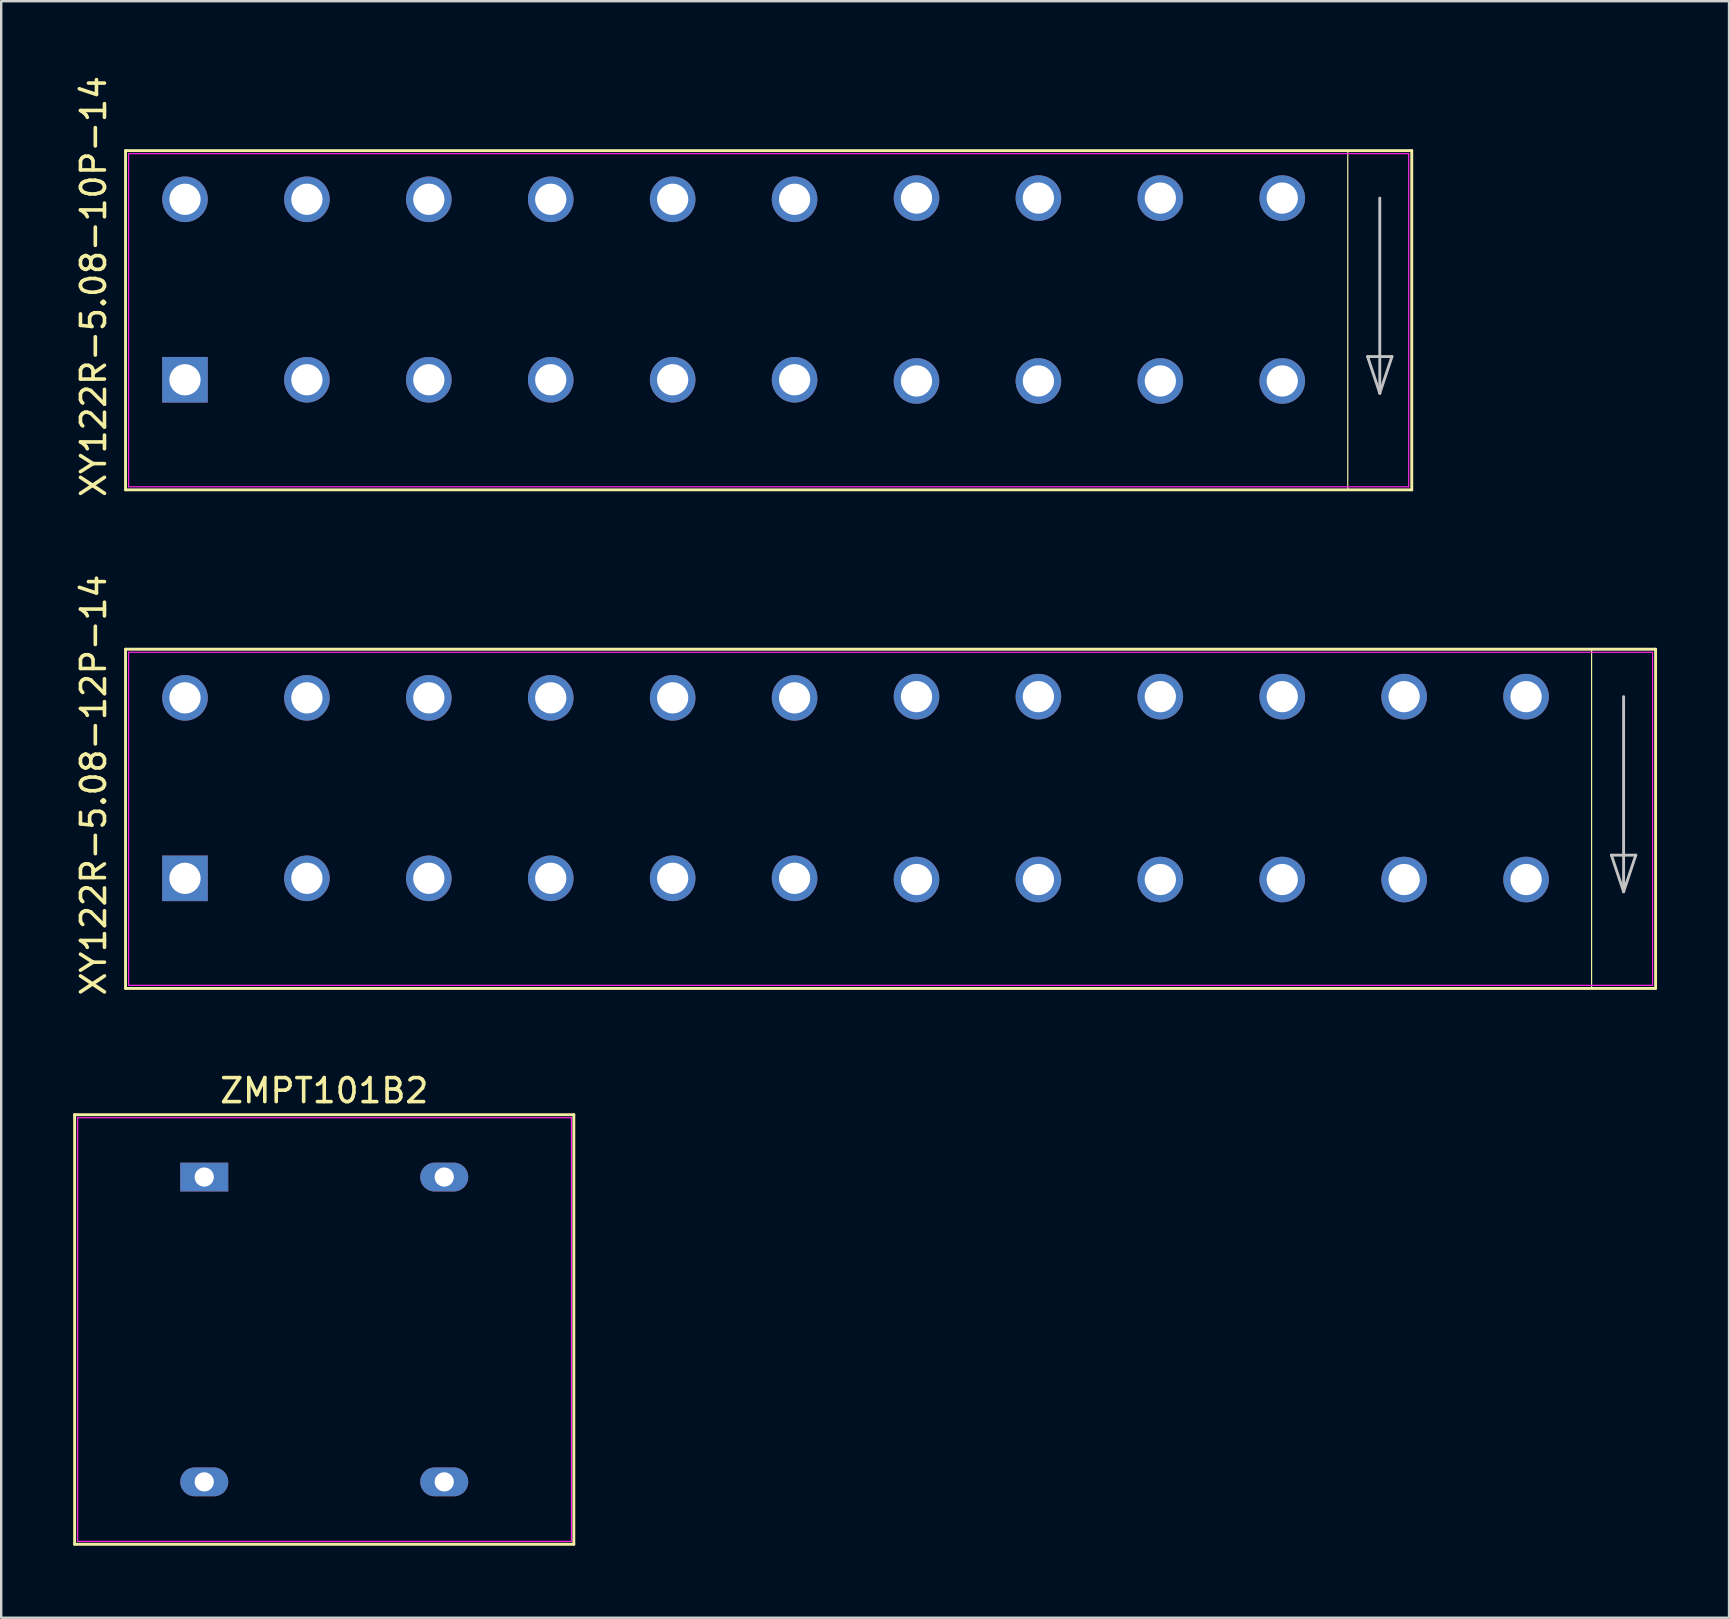
<source format=kicad_pcb>
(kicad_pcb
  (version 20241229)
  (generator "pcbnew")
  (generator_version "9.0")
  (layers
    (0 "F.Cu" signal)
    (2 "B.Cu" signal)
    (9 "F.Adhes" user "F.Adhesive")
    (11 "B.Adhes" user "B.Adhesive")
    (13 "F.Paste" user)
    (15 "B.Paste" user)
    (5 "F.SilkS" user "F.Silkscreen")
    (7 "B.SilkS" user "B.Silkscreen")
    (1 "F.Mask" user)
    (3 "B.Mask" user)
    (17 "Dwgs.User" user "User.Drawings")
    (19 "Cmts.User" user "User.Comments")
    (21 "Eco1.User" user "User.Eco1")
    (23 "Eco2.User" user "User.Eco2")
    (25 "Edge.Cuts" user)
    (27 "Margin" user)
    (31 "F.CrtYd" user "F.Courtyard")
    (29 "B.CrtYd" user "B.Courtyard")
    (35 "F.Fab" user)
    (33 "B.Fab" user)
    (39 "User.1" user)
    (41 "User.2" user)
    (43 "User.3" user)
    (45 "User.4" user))
  (footprint "XY122R-5.08-10P-14"
    (layer "F.Cu")
    (at 4.658 12.824)
    (property "Reference" "XY122R-5.08-10P-14" (at -3.81 -3.937 90) (layer "F.SilkS") (effects (font (size 1 1) (thickness 0.15))))
    (attr through_hole)
    (fp_line (start -2.477 -9.597) (end 51.117 -9.597) (stroke (width 0.12) (type solid)) (layer "F.SilkS"))
    (fp_line (start -2.477 4.537) (end -2.477 -9.597) (stroke (width 0.12) (type solid)) (layer "F.SilkS"))
    (fp_line (start 48.45 -9.597) (end 48.45 4.5) (stroke (width 0.05) (type solid)) (layer "F.SilkS"))
    (fp_line (start 51.117 -9.597) (end 51.117 4.537) (stroke (width 0.12) (type solid)) (layer "F.SilkS"))
    (fp_line (start 51.117 4.537) (end -2.477 4.537) (stroke (width 0.12) (type solid)) (layer "F.SilkS"))
    (fp_line (start 49.276 -1.016) (end 50.292 -1.016) (stroke (width 0.12) (type solid)) (layer "Dwgs.User"))
    (fp_line (start 49.784 -7.62) (end 49.784 0.508) (stroke (width 0.12) (type solid)) (layer "Dwgs.User"))
    (fp_line (start 49.784 0.508) (end 49.276 -1.016) (stroke (width 0.12) (type solid)) (layer "Dwgs.User"))
    (fp_line (start 50.292 -1.016) (end 49.784 0.508) (stroke (width 0.12) (type solid)) (layer "Dwgs.User"))
    (fp_line (start -2.35 -9.47) (end -2.35 4.41) (stroke (width 0.05) (type solid)) (layer "F.CrtYd"))
    (fp_line (start -2.35 -9.47) (end 50.99 -9.47) (stroke (width 0.05) (type solid)) (layer "F.CrtYd"))
    (fp_line (start -2.35 4.41) (end 50.99 4.41) (stroke (width 0.05) (type solid)) (layer "F.CrtYd"))
    (fp_line (start 50.99 -9.47) (end 50.99 4.41) (stroke (width 0.05) (type solid)) (layer "F.CrtYd"))
    (pad "1" thru_hole circle (at 0 -7.57) (size 1.9 1.9) (drill 1.3) (layers "*.Cu" "*.Mask"))
    (pad "1" thru_hole rect (at 0 -0.05) (size 1.9 1.9) (drill 1.3) (layers "*.Cu" "*.Mask"))
    (pad "2" thru_hole circle (at 5.08 -7.57) (size 1.9 1.9) (drill 1.3) (layers "*.Cu" "*.Mask"))
    (pad "2" thru_hole circle (at 5.08 -0.05) (size 1.9 1.9) (drill 1.3) (layers "*.Cu" "*.Mask"))
    (pad "3" thru_hole circle (at 10.16 -7.57) (size 1.9 1.9) (drill 1.3) (layers "*.Cu" "*.Mask"))
    (pad "3" thru_hole circle (at 10.16 -0.05) (size 1.9 1.9) (drill 1.3) (layers "*.Cu" "*.Mask"))
    (pad "4" thru_hole circle (at 15.24 -7.57) (size 1.9 1.9) (drill 1.3) (layers "*.Cu" "*.Mask"))
    (pad "4" thru_hole circle (at 15.24 -0.05) (size 1.9 1.9) (drill 1.3) (layers "*.Cu" "*.Mask"))
    (pad "5" thru_hole circle (at 20.32 -7.57) (size 1.9 1.9) (drill 1.3) (layers "*.Cu" "*.Mask"))
    (pad "5" thru_hole circle (at 20.32 -0.05) (size 1.9 1.9) (drill 1.3) (layers "*.Cu" "*.Mask"))
    (pad "6" thru_hole circle (at 25.4 -7.57) (size 1.9 1.9) (drill 1.3) (layers "*.Cu" "*.Mask"))
    (pad "6" thru_hole circle (at 25.4 -0.05) (size 1.9 1.9) (drill 1.3) (layers "*.Cu" "*.Mask"))
    (pad "7" thru_hole circle (at 30.48 -7.62) (size 1.9 1.9) (drill 1.3) (layers "*.Cu" "*.Mask"))
    (pad "7" thru_hole circle (at 30.48 0) (size 1.9 1.9) (drill 1.3) (layers "*.Cu" "*.Mask"))
    (pad "8" thru_hole circle (at 35.56 -7.62) (size 1.9 1.9) (drill 1.3) (layers "*.Cu" "*.Mask"))
    (pad "8" thru_hole circle (at 35.56 0) (size 1.9 1.9) (drill 1.3) (layers "*.Cu" "*.Mask"))
    (pad "9" thru_hole circle (at 40.64 -7.62) (size 1.9 1.9) (drill 1.3) (layers "*.Cu" "*.Mask"))
    (pad "9" thru_hole circle (at 40.64 0) (size 1.9 1.9) (drill 1.3) (layers "*.Cu" "*.Mask"))
    (pad "10" thru_hole circle (at 45.72 -7.62) (size 1.9 1.9) (drill 1.3) (layers "*.Cu" "*.Mask"))
    (pad "10" thru_hole circle (at 45.72 0) (size 1.9 1.9) (drill 1.3) (layers "*.Cu" "*.Mask")))
  (footprint "ZMPT101B2"
    (layer "F.Cu")
    (at 5.46 45.996)
    (property "Reference" "ZMPT101B2" (at 5 -3.6 0) (layer "F.SilkS") (effects (font (size 1 1) (thickness 0.15))))
    (attr through_hole)
    (fp_line (start -5.4 -2.6) (end -5.4 15.3) (stroke (width 0.12) (type solid)) (layer "F.SilkS"))
    (fp_line (start -5.4 15.3) (end 15.4 15.3) (stroke (width 0.12) (type solid)) (layer "F.SilkS"))
    (fp_line (start 15.4 -2.6) (end -5.4 -2.6) (stroke (width 0.12) (type solid)) (layer "F.SilkS"))
    (fp_line (start 15.4 15.3) (end 15.4 -2.6) (stroke (width 0.12) (type solid)) (layer "F.SilkS"))
    (fp_line (start -5.273 -2.473) (end 15.301 -2.473) (stroke (width 0.05) (type solid)) (layer "F.CrtYd"))
    (fp_line (start -5.273 15.18) (end -5.273 -2.473) (stroke (width 0.05) (type solid)) (layer "F.CrtYd"))
    (fp_line (start 15.301 -2.473) (end 15.301 15.18) (stroke (width 0.05) (type solid)) (layer "F.CrtYd"))
    (fp_line (start 15.301 15.18) (end -5.273 15.18) (stroke (width 0.05) (type solid)) (layer "F.CrtYd"))
    (pad "1" thru_hole rect (at 0 0 270) (size 1.2 2) (drill 0.8) (layers "*.Cu" "*.Mask"))
    (pad "2" thru_hole oval (at 0 12.7 270) (size 1.2 2) (drill 0.8) (layers "*.Cu" "*.Mask"))
    (pad "3" thru_hole oval (at 10 12.7 270) (size 1.2 2) (drill 0.8) (layers "*.Cu" "*.Mask"))
    (pad "4" thru_hole oval (at 10 0 270) (size 1.2 2) (drill 0.8) (layers "*.Cu" "*.Mask")))
  (footprint "XY122R-5.08-12P-14"
    (layer "F.Cu")
    (at 4.658 33.598)
    (property "Reference" "XY122R-5.08-12P-14" (at -3.81 -3.937 90) (layer "F.SilkS") (effects (font (size 1 1) (thickness 0.15))))
    (attr through_hole)
    (fp_line (start -2.477 -9.597) (end 61.277 -9.597) (stroke (width 0.12) (type solid)) (layer "F.SilkS"))
    (fp_line (start -2.477 4.537) (end -2.477 -9.597) (stroke (width 0.12) (type solid)) (layer "F.SilkS"))
    (fp_line (start 58.61 -9.597) (end 58.61 4.5) (stroke (width 0.05) (type solid)) (layer "F.SilkS"))
    (fp_line (start 61.277 -9.597) (end 61.277 4.537) (stroke (width 0.12) (type solid)) (layer "F.SilkS"))
    (fp_line (start 61.277 4.537) (end -2.477 4.537) (stroke (width 0.12) (type solid)) (layer "F.SilkS"))
    (fp_line (start 59.436 -1.016) (end 60.452 -1.016) (stroke (width 0.12) (type solid)) (layer "Dwgs.User"))
    (fp_line (start 59.944 -7.62) (end 59.944 0.508) (stroke (width 0.12) (type solid)) (layer "Dwgs.User"))
    (fp_line (start 59.944 0.508) (end 59.436 -1.016) (stroke (width 0.12) (type solid)) (layer "Dwgs.User"))
    (fp_line (start 60.452 -1.016) (end 59.944 0.508) (stroke (width 0.12) (type solid)) (layer "Dwgs.User"))
    (fp_line (start -2.35 -9.47) (end -2.35 4.41) (stroke (width 0.05) (type solid)) (layer "F.CrtYd"))
    (fp_line (start -2.35 -9.47) (end 61.15 -9.47) (stroke (width 0.05) (type solid)) (layer "F.CrtYd"))
    (fp_line (start -2.35 4.41) (end 61.15 4.41) (stroke (width 0.05) (type solid)) (layer "F.CrtYd"))
    (fp_line (start 61.15 -9.47) (end 61.15 4.41) (stroke (width 0.05) (type solid)) (layer "F.CrtYd"))
    (pad "1" thru_hole circle (at 0 -7.57) (size 1.9 1.9) (drill 1.3) (layers "*.Cu" "*.Mask"))
    (pad "1" thru_hole rect (at 0 -0.05) (size 1.9 1.9) (drill 1.3) (layers "*.Cu" "*.Mask"))
    (pad "2" thru_hole circle (at 5.08 -7.57) (size 1.9 1.9) (drill 1.3) (layers "*.Cu" "*.Mask"))
    (pad "2" thru_hole circle (at 5.08 -0.05) (size 1.9 1.9) (drill 1.3) (layers "*.Cu" "*.Mask"))
    (pad "3" thru_hole circle (at 10.16 -7.57) (size 1.9 1.9) (drill 1.3) (layers "*.Cu" "*.Mask"))
    (pad "3" thru_hole circle (at 10.16 -0.05) (size 1.9 1.9) (drill 1.3) (layers "*.Cu" "*.Mask"))
    (pad "4" thru_hole circle (at 15.24 -7.57) (size 1.9 1.9) (drill 1.3) (layers "*.Cu" "*.Mask"))
    (pad "4" thru_hole circle (at 15.24 -0.05) (size 1.9 1.9) (drill 1.3) (layers "*.Cu" "*.Mask"))
    (pad "5" thru_hole circle (at 20.32 -7.57) (size 1.9 1.9) (drill 1.3) (layers "*.Cu" "*.Mask"))
    (pad "5" thru_hole circle (at 20.32 -0.05) (size 1.9 1.9) (drill 1.3) (layers "*.Cu" "*.Mask"))
    (pad "6" thru_hole circle (at 25.4 -7.57) (size 1.9 1.9) (drill 1.3) (layers "*.Cu" "*.Mask"))
    (pad "6" thru_hole circle (at 25.4 -0.05) (size 1.9 1.9) (drill 1.3) (layers "*.Cu" "*.Mask"))
    (pad "7" thru_hole circle (at 30.48 -7.62) (size 1.9 1.9) (drill 1.3) (layers "*.Cu" "*.Mask"))
    (pad "7" thru_hole circle (at 30.48 0) (size 1.9 1.9) (drill 1.3) (layers "*.Cu" "*.Mask"))
    (pad "8" thru_hole circle (at 35.56 -7.62) (size 1.9 1.9) (drill 1.3) (layers "*.Cu" "*.Mask"))
    (pad "8" thru_hole circle (at 35.56 0) (size 1.9 1.9) (drill 1.3) (layers "*.Cu" "*.Mask"))
    (pad "9" thru_hole circle (at 40.64 -7.62) (size 1.9 1.9) (drill 1.3) (layers "*.Cu" "*.Mask"))
    (pad "9" thru_hole circle (at 40.64 0) (size 1.9 1.9) (drill 1.3) (layers "*.Cu" "*.Mask"))
    (pad "10" thru_hole circle (at 45.72 -7.62) (size 1.9 1.9) (drill 1.3) (layers "*.Cu" "*.Mask"))
    (pad "10" thru_hole circle (at 45.72 0) (size 1.9 1.9) (drill 1.3) (layers "*.Cu" "*.Mask"))
    (pad "11" thru_hole circle (at 50.8 -7.62) (size 1.9 1.9) (drill 1.3) (layers "*.Cu" "*.Mask"))
    (pad "11" thru_hole circle (at 50.8 0) (size 1.9 1.9) (drill 1.3) (layers "*.Cu" "*.Mask"))
    (pad "12" thru_hole circle (at 55.88 -7.62) (size 1.9 1.9) (drill 1.3) (layers "*.Cu" "*.Mask"))
    (pad "12" thru_hole circle (at 55.88 0) (size 1.9 1.9) (drill 1.3) (layers "*.Cu" "*.Mask")))
  (gr_rect
    (start -3 -3)
    (end 68.995 64.356)
    (stroke (width 0.1) (type default))
    (fill no)
    (layer "Edge.Cuts")))
</source>
